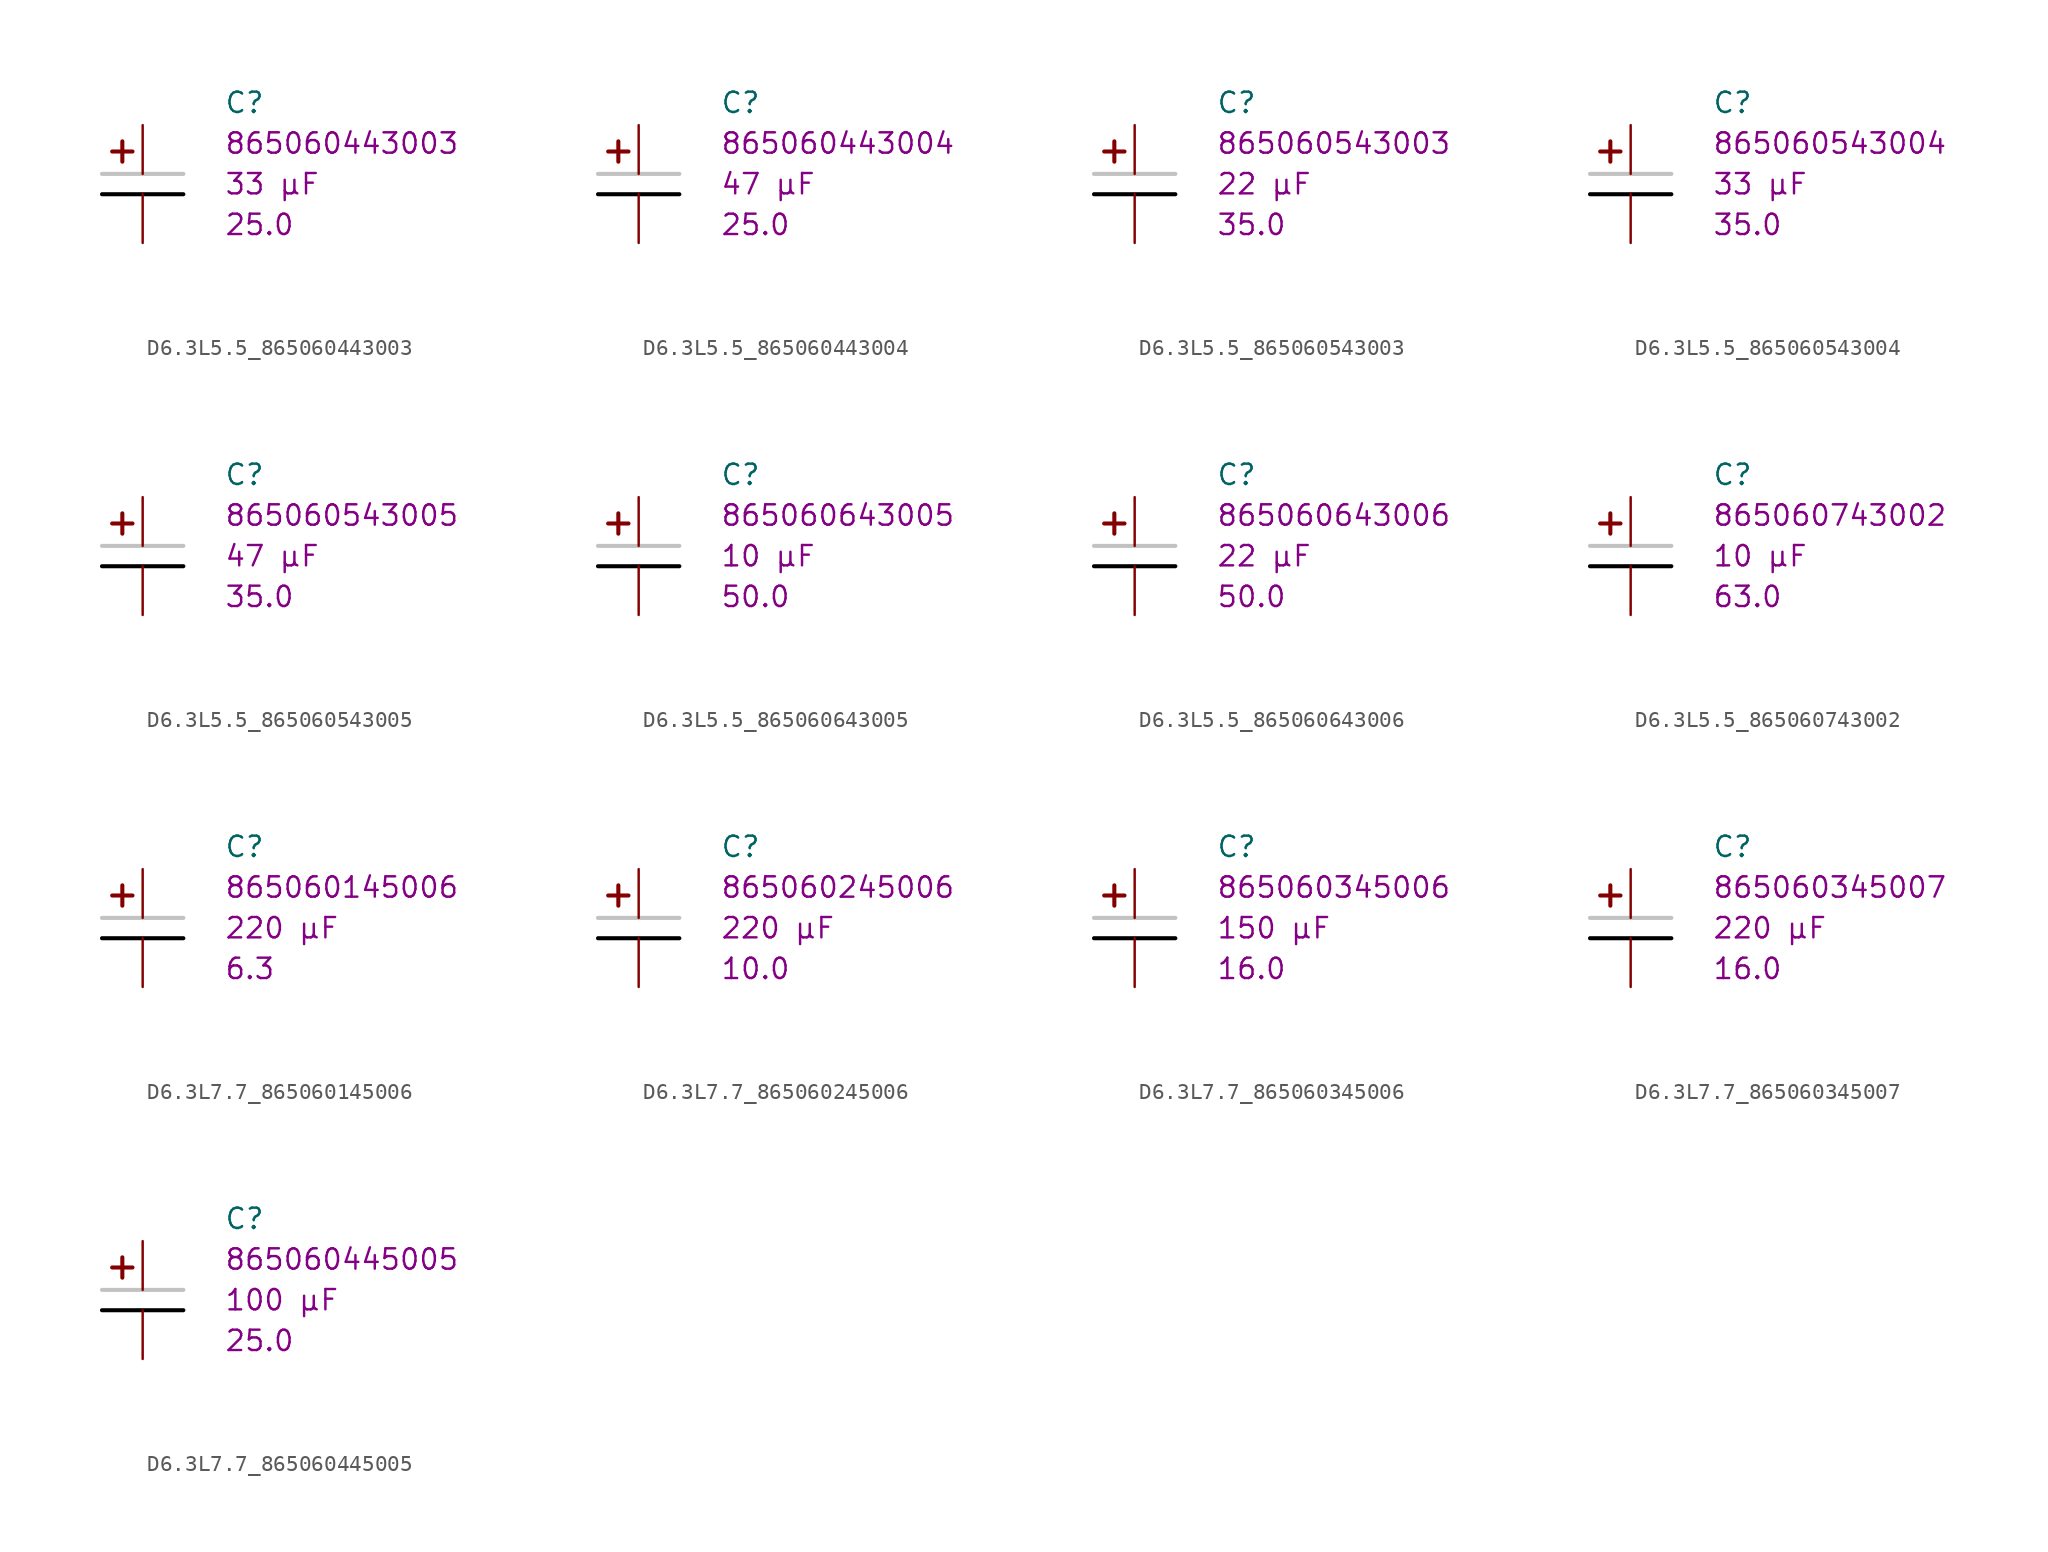
<source format=kicad_sym>
(kicad_symbol_lib
  (version 20220914)
  (generator kicad_symbol_editor)
  (symbol "D6.3L5.5_865060443003"
    (pin_numbers hide)
    (pin_names hide)
    (property "Reference" "C"
      (at 5.08 5.08 0)
      (effects (font (size 1.27 1.27)) (justify left)))
    (property "Part Number" "865060443003"
      (at 5.08 2.54 0)
      (effects (font (size 1.27 1.27)) (justify left)))
    (property "Capacitance" "33 µF"
      (at 5.08 0 0)
      (effects (font (size 1.27 1.27)) (justify left)))
    (property "Voltage" "25.0"
      (at 5.08 -2.54 0)
      (effects (font (size 1.27 1.27)) (justify left)))
    (property "Critical Parameter" ""
      (at 0 -7.62 0)
      (effects (font (size 1.27 1.27))))
    (symbol "D6.3L5.5_865060443003_1_1"
      (polyline (pts (xy -1.27 2.667) (xy -1.27 1.397)) (stroke (width 0.254) (type default)) (fill (type none)))
      (polyline (pts (xy -0.635 2.032) (xy -1.905 2.032)) (stroke (width 0.254) (type default)) (fill (type none)))
      (polyline (pts (xy 2.54 -0.635) (xy -2.54 -0.635)) (stroke (width 0.254) (type default) (color 0 0 0 1)) (fill (type none)))
      (polyline (pts (xy 2.54 0.635) (xy -2.54 0.635)) (stroke (width 0.254) (type default) (color 194 194 194 1)) (fill (type none)))
      (pin passive line (at 0 3.679 270) (length 3.044) (name "1" (effects (font (size 1.27 1.27)))) (number "1" (effects (font (size 1.27 1.27)))))
      (pin passive line (at 0 -3.679 90) (length 3.044) (name "2" (effects (font (size 1.27 1.27)))) (number "2" (effects (font (size 1.27 1.27)))))))
  (symbol "D6.3L5.5_865060443004"
    (pin_numbers hide)
    (pin_names hide)
    (property "Reference" "C"
      (at 5.08 5.08 0)
      (effects (font (size 1.27 1.27)) (justify left)))
    (property "Part Number" "865060443004"
      (at 5.08 2.54 0)
      (effects (font (size 1.27 1.27)) (justify left)))
    (property "Capacitance" "47 µF"
      (at 5.08 0 0)
      (effects (font (size 1.27 1.27)) (justify left)))
    (property "Voltage" "25.0"
      (at 5.08 -2.54 0)
      (effects (font (size 1.27 1.27)) (justify left)))
    (property "Critical Parameter" ""
      (at 0 -7.62 0)
      (effects (font (size 1.27 1.27))))
    (symbol "D6.3L5.5_865060443004_1_1"
      (polyline (pts (xy -1.27 2.667) (xy -1.27 1.397)) (stroke (width 0.254) (type default)) (fill (type none)))
      (polyline (pts (xy -0.635 2.032) (xy -1.905 2.032)) (stroke (width 0.254) (type default)) (fill (type none)))
      (polyline (pts (xy 2.54 -0.635) (xy -2.54 -0.635)) (stroke (width 0.254) (type default) (color 0 0 0 1)) (fill (type none)))
      (polyline (pts (xy 2.54 0.635) (xy -2.54 0.635)) (stroke (width 0.254) (type default) (color 194 194 194 1)) (fill (type none)))
      (pin passive line (at 0 3.679 270) (length 3.044) (name "1" (effects (font (size 1.27 1.27)))) (number "1" (effects (font (size 1.27 1.27)))))
      (pin passive line (at 0 -3.679 90) (length 3.044) (name "2" (effects (font (size 1.27 1.27)))) (number "2" (effects (font (size 1.27 1.27)))))))
  (symbol "D6.3L5.5_865060543003"
    (pin_numbers hide)
    (pin_names hide)
    (property "Reference" "C"
      (at 5.08 5.08 0)
      (effects (font (size 1.27 1.27)) (justify left)))
    (property "Part Number" "865060543003"
      (at 5.08 2.54 0)
      (effects (font (size 1.27 1.27)) (justify left)))
    (property "Capacitance" "22 µF"
      (at 5.08 0 0)
      (effects (font (size 1.27 1.27)) (justify left)))
    (property "Voltage" "35.0"
      (at 5.08 -2.54 0)
      (effects (font (size 1.27 1.27)) (justify left)))
    (property "Critical Parameter" ""
      (at 0 -7.62 0)
      (effects (font (size 1.27 1.27))))
    (symbol "D6.3L5.5_865060543003_1_1"
      (polyline (pts (xy -1.27 2.667) (xy -1.27 1.397)) (stroke (width 0.254) (type default)) (fill (type none)))
      (polyline (pts (xy -0.635 2.032) (xy -1.905 2.032)) (stroke (width 0.254) (type default)) (fill (type none)))
      (polyline (pts (xy 2.54 -0.635) (xy -2.54 -0.635)) (stroke (width 0.254) (type default) (color 0 0 0 1)) (fill (type none)))
      (polyline (pts (xy 2.54 0.635) (xy -2.54 0.635)) (stroke (width 0.254) (type default) (color 194 194 194 1)) (fill (type none)))
      (pin passive line (at 0 3.679 270) (length 3.044) (name "1" (effects (font (size 1.27 1.27)))) (number "1" (effects (font (size 1.27 1.27)))))
      (pin passive line (at 0 -3.679 90) (length 3.044) (name "2" (effects (font (size 1.27 1.27)))) (number "2" (effects (font (size 1.27 1.27)))))))
  (symbol "D6.3L5.5_865060543004"
    (pin_numbers hide)
    (pin_names hide)
    (property "Reference" "C"
      (at 5.08 5.08 0)
      (effects (font (size 1.27 1.27)) (justify left)))
    (property "Part Number" "865060543004"
      (at 5.08 2.54 0)
      (effects (font (size 1.27 1.27)) (justify left)))
    (property "Capacitance" "33 µF"
      (at 5.08 0 0)
      (effects (font (size 1.27 1.27)) (justify left)))
    (property "Voltage" "35.0"
      (at 5.08 -2.54 0)
      (effects (font (size 1.27 1.27)) (justify left)))
    (property "Critical Parameter" ""
      (at 0 -7.62 0)
      (effects (font (size 1.27 1.27))))
    (symbol "D6.3L5.5_865060543004_1_1"
      (polyline (pts (xy -1.27 2.667) (xy -1.27 1.397)) (stroke (width 0.254) (type default)) (fill (type none)))
      (polyline (pts (xy -0.635 2.032) (xy -1.905 2.032)) (stroke (width 0.254) (type default)) (fill (type none)))
      (polyline (pts (xy 2.54 -0.635) (xy -2.54 -0.635)) (stroke (width 0.254) (type default) (color 0 0 0 1)) (fill (type none)))
      (polyline (pts (xy 2.54 0.635) (xy -2.54 0.635)) (stroke (width 0.254) (type default) (color 194 194 194 1)) (fill (type none)))
      (pin passive line (at 0 3.679 270) (length 3.044) (name "1" (effects (font (size 1.27 1.27)))) (number "1" (effects (font (size 1.27 1.27)))))
      (pin passive line (at 0 -3.679 90) (length 3.044) (name "2" (effects (font (size 1.27 1.27)))) (number "2" (effects (font (size 1.27 1.27)))))))
  (symbol "D6.3L5.5_865060543005"
    (pin_numbers hide)
    (pin_names hide)
    (property "Reference" "C"
      (at 5.08 5.08 0)
      (effects (font (size 1.27 1.27)) (justify left)))
    (property "Part Number" "865060543005"
      (at 5.08 2.54 0)
      (effects (font (size 1.27 1.27)) (justify left)))
    (property "Capacitance" "47 µF"
      (at 5.08 0 0)
      (effects (font (size 1.27 1.27)) (justify left)))
    (property "Voltage" "35.0"
      (at 5.08 -2.54 0)
      (effects (font (size 1.27 1.27)) (justify left)))
    (property "Critical Parameter" ""
      (at 0 -7.62 0)
      (effects (font (size 1.27 1.27))))
    (symbol "D6.3L5.5_865060543005_1_1"
      (polyline (pts (xy -1.27 2.667) (xy -1.27 1.397)) (stroke (width 0.254) (type default)) (fill (type none)))
      (polyline (pts (xy -0.635 2.032) (xy -1.905 2.032)) (stroke (width 0.254) (type default)) (fill (type none)))
      (polyline (pts (xy 2.54 -0.635) (xy -2.54 -0.635)) (stroke (width 0.254) (type default) (color 0 0 0 1)) (fill (type none)))
      (polyline (pts (xy 2.54 0.635) (xy -2.54 0.635)) (stroke (width 0.254) (type default) (color 194 194 194 1)) (fill (type none)))
      (pin passive line (at 0 3.679 270) (length 3.044) (name "1" (effects (font (size 1.27 1.27)))) (number "1" (effects (font (size 1.27 1.27)))))
      (pin passive line (at 0 -3.679 90) (length 3.044) (name "2" (effects (font (size 1.27 1.27)))) (number "2" (effects (font (size 1.27 1.27)))))))
  (symbol "D6.3L5.5_865060643005"
    (pin_numbers hide)
    (pin_names hide)
    (property "Reference" "C"
      (at 5.08 5.08 0)
      (effects (font (size 1.27 1.27)) (justify left)))
    (property "Part Number" "865060643005"
      (at 5.08 2.54 0)
      (effects (font (size 1.27 1.27)) (justify left)))
    (property "Capacitance" "10 µF"
      (at 5.08 0 0)
      (effects (font (size 1.27 1.27)) (justify left)))
    (property "Voltage" "50.0"
      (at 5.08 -2.54 0)
      (effects (font (size 1.27 1.27)) (justify left)))
    (property "Critical Parameter" ""
      (at 0 -7.62 0)
      (effects (font (size 1.27 1.27))))
    (symbol "D6.3L5.5_865060643005_1_1"
      (polyline (pts (xy -1.27 2.667) (xy -1.27 1.397)) (stroke (width 0.254) (type default)) (fill (type none)))
      (polyline (pts (xy -0.635 2.032) (xy -1.905 2.032)) (stroke (width 0.254) (type default)) (fill (type none)))
      (polyline (pts (xy 2.54 -0.635) (xy -2.54 -0.635)) (stroke (width 0.254) (type default) (color 0 0 0 1)) (fill (type none)))
      (polyline (pts (xy 2.54 0.635) (xy -2.54 0.635)) (stroke (width 0.254) (type default) (color 194 194 194 1)) (fill (type none)))
      (pin passive line (at 0 3.679 270) (length 3.044) (name "1" (effects (font (size 1.27 1.27)))) (number "1" (effects (font (size 1.27 1.27)))))
      (pin passive line (at 0 -3.679 90) (length 3.044) (name "2" (effects (font (size 1.27 1.27)))) (number "2" (effects (font (size 1.27 1.27)))))))
  (symbol "D6.3L5.5_865060643006"
    (pin_numbers hide)
    (pin_names hide)
    (property "Reference" "C"
      (at 5.08 5.08 0)
      (effects (font (size 1.27 1.27)) (justify left)))
    (property "Part Number" "865060643006"
      (at 5.08 2.54 0)
      (effects (font (size 1.27 1.27)) (justify left)))
    (property "Capacitance" "22 µF"
      (at 5.08 0 0)
      (effects (font (size 1.27 1.27)) (justify left)))
    (property "Voltage" "50.0"
      (at 5.08 -2.54 0)
      (effects (font (size 1.27 1.27)) (justify left)))
    (property "Critical Parameter" ""
      (at 0 -7.62 0)
      (effects (font (size 1.27 1.27))))
    (symbol "D6.3L5.5_865060643006_1_1"
      (polyline (pts (xy -1.27 2.667) (xy -1.27 1.397)) (stroke (width 0.254) (type default)) (fill (type none)))
      (polyline (pts (xy -0.635 2.032) (xy -1.905 2.032)) (stroke (width 0.254) (type default)) (fill (type none)))
      (polyline (pts (xy 2.54 -0.635) (xy -2.54 -0.635)) (stroke (width 0.254) (type default) (color 0 0 0 1)) (fill (type none)))
      (polyline (pts (xy 2.54 0.635) (xy -2.54 0.635)) (stroke (width 0.254) (type default) (color 194 194 194 1)) (fill (type none)))
      (pin passive line (at 0 3.679 270) (length 3.044) (name "1" (effects (font (size 1.27 1.27)))) (number "1" (effects (font (size 1.27 1.27)))))
      (pin passive line (at 0 -3.679 90) (length 3.044) (name "2" (effects (font (size 1.27 1.27)))) (number "2" (effects (font (size 1.27 1.27)))))))
  (symbol "D6.3L5.5_865060743002"
    (pin_numbers hide)
    (pin_names hide)
    (property "Reference" "C"
      (at 5.08 5.08 0)
      (effects (font (size 1.27 1.27)) (justify left)))
    (property "Part Number" "865060743002"
      (at 5.08 2.54 0)
      (effects (font (size 1.27 1.27)) (justify left)))
    (property "Capacitance" "10 µF"
      (at 5.08 0 0)
      (effects (font (size 1.27 1.27)) (justify left)))
    (property "Voltage" "63.0"
      (at 5.08 -2.54 0)
      (effects (font (size 1.27 1.27)) (justify left)))
    (property "Critical Parameter" ""
      (at 0 -7.62 0)
      (effects (font (size 1.27 1.27))))
    (symbol "D6.3L5.5_865060743002_1_1"
      (polyline (pts (xy -1.27 2.667) (xy -1.27 1.397)) (stroke (width 0.254) (type default)) (fill (type none)))
      (polyline (pts (xy -0.635 2.032) (xy -1.905 2.032)) (stroke (width 0.254) (type default)) (fill (type none)))
      (polyline (pts (xy 2.54 -0.635) (xy -2.54 -0.635)) (stroke (width 0.254) (type default) (color 0 0 0 1)) (fill (type none)))
      (polyline (pts (xy 2.54 0.635) (xy -2.54 0.635)) (stroke (width 0.254) (type default) (color 194 194 194 1)) (fill (type none)))
      (pin passive line (at 0 3.679 270) (length 3.044) (name "1" (effects (font (size 1.27 1.27)))) (number "1" (effects (font (size 1.27 1.27)))))
      (pin passive line (at 0 -3.679 90) (length 3.044) (name "2" (effects (font (size 1.27 1.27)))) (number "2" (effects (font (size 1.27 1.27)))))))
  (symbol "D6.3L7.7_865060145006"
    (pin_numbers hide)
    (pin_names hide)
    (property "Reference" "C"
      (at 5.08 5.08 0)
      (effects (font (size 1.27 1.27)) (justify left)))
    (property "Part Number" "865060145006"
      (at 5.08 2.54 0)
      (effects (font (size 1.27 1.27)) (justify left)))
    (property "Capacitance" "220 µF"
      (at 5.08 0 0)
      (effects (font (size 1.27 1.27)) (justify left)))
    (property "Voltage" "6.3"
      (at 5.08 -2.54 0)
      (effects (font (size 1.27 1.27)) (justify left)))
    (property "Critical Parameter" ""
      (at 0 -7.62 0)
      (effects (font (size 1.27 1.27))))
    (symbol "D6.3L7.7_865060145006_1_1"
      (polyline (pts (xy -1.27 2.667) (xy -1.27 1.397)) (stroke (width 0.254) (type default)) (fill (type none)))
      (polyline (pts (xy -0.635 2.032) (xy -1.905 2.032)) (stroke (width 0.254) (type default)) (fill (type none)))
      (polyline (pts (xy 2.54 -0.635) (xy -2.54 -0.635)) (stroke (width 0.254) (type default) (color 0 0 0 1)) (fill (type none)))
      (polyline (pts (xy 2.54 0.635) (xy -2.54 0.635)) (stroke (width 0.254) (type default) (color 194 194 194 1)) (fill (type none)))
      (pin passive line (at 0 3.679 270) (length 3.044) (name "1" (effects (font (size 1.27 1.27)))) (number "1" (effects (font (size 1.27 1.27)))))
      (pin passive line (at 0 -3.679 90) (length 3.044) (name "2" (effects (font (size 1.27 1.27)))) (number "2" (effects (font (size 1.27 1.27)))))))
  (symbol "D6.3L7.7_865060245006"
    (pin_numbers hide)
    (pin_names hide)
    (property "Reference" "C"
      (at 5.08 5.08 0)
      (effects (font (size 1.27 1.27)) (justify left)))
    (property "Part Number" "865060245006"
      (at 5.08 2.54 0)
      (effects (font (size 1.27 1.27)) (justify left)))
    (property "Capacitance" "220 µF"
      (at 5.08 0 0)
      (effects (font (size 1.27 1.27)) (justify left)))
    (property "Voltage" "10.0"
      (at 5.08 -2.54 0)
      (effects (font (size 1.27 1.27)) (justify left)))
    (property "Critical Parameter" ""
      (at 0 -7.62 0)
      (effects (font (size 1.27 1.27))))
    (symbol "D6.3L7.7_865060245006_1_1"
      (polyline (pts (xy -1.27 2.667) (xy -1.27 1.397)) (stroke (width 0.254) (type default)) (fill (type none)))
      (polyline (pts (xy -0.635 2.032) (xy -1.905 2.032)) (stroke (width 0.254) (type default)) (fill (type none)))
      (polyline (pts (xy 2.54 -0.635) (xy -2.54 -0.635)) (stroke (width 0.254) (type default) (color 0 0 0 1)) (fill (type none)))
      (polyline (pts (xy 2.54 0.635) (xy -2.54 0.635)) (stroke (width 0.254) (type default) (color 194 194 194 1)) (fill (type none)))
      (pin passive line (at 0 3.679 270) (length 3.044) (name "1" (effects (font (size 1.27 1.27)))) (number "1" (effects (font (size 1.27 1.27)))))
      (pin passive line (at 0 -3.679 90) (length 3.044) (name "2" (effects (font (size 1.27 1.27)))) (number "2" (effects (font (size 1.27 1.27)))))))
  (symbol "D6.3L7.7_865060345006"
    (pin_numbers hide)
    (pin_names hide)
    (property "Reference" "C"
      (at 5.08 5.08 0)
      (effects (font (size 1.27 1.27)) (justify left)))
    (property "Part Number" "865060345006"
      (at 5.08 2.54 0)
      (effects (font (size 1.27 1.27)) (justify left)))
    (property "Capacitance" "150 µF"
      (at 5.08 0 0)
      (effects (font (size 1.27 1.27)) (justify left)))
    (property "Voltage" "16.0"
      (at 5.08 -2.54 0)
      (effects (font (size 1.27 1.27)) (justify left)))
    (property "Critical Parameter" ""
      (at 0 -7.62 0)
      (effects (font (size 1.27 1.27))))
    (symbol "D6.3L7.7_865060345006_1_1"
      (polyline (pts (xy -1.27 2.667) (xy -1.27 1.397)) (stroke (width 0.254) (type default)) (fill (type none)))
      (polyline (pts (xy -0.635 2.032) (xy -1.905 2.032)) (stroke (width 0.254) (type default)) (fill (type none)))
      (polyline (pts (xy 2.54 -0.635) (xy -2.54 -0.635)) (stroke (width 0.254) (type default) (color 0 0 0 1)) (fill (type none)))
      (polyline (pts (xy 2.54 0.635) (xy -2.54 0.635)) (stroke (width 0.254) (type default) (color 194 194 194 1)) (fill (type none)))
      (pin passive line (at 0 3.679 270) (length 3.044) (name "1" (effects (font (size 1.27 1.27)))) (number "1" (effects (font (size 1.27 1.27)))))
      (pin passive line (at 0 -3.679 90) (length 3.044) (name "2" (effects (font (size 1.27 1.27)))) (number "2" (effects (font (size 1.27 1.27)))))))
  (symbol "D6.3L7.7_865060345007"
    (pin_numbers hide)
    (pin_names hide)
    (property "Reference" "C"
      (at 5.08 5.08 0)
      (effects (font (size 1.27 1.27)) (justify left)))
    (property "Part Number" "865060345007"
      (at 5.08 2.54 0)
      (effects (font (size 1.27 1.27)) (justify left)))
    (property "Capacitance" "220 µF"
      (at 5.08 0 0)
      (effects (font (size 1.27 1.27)) (justify left)))
    (property "Voltage" "16.0"
      (at 5.08 -2.54 0)
      (effects (font (size 1.27 1.27)) (justify left)))
    (property "Critical Parameter" ""
      (at 0 -7.62 0)
      (effects (font (size 1.27 1.27))))
    (symbol "D6.3L7.7_865060345007_1_1"
      (polyline (pts (xy -1.27 2.667) (xy -1.27 1.397)) (stroke (width 0.254) (type default)) (fill (type none)))
      (polyline (pts (xy -0.635 2.032) (xy -1.905 2.032)) (stroke (width 0.254) (type default)) (fill (type none)))
      (polyline (pts (xy 2.54 -0.635) (xy -2.54 -0.635)) (stroke (width 0.254) (type default) (color 0 0 0 1)) (fill (type none)))
      (polyline (pts (xy 2.54 0.635) (xy -2.54 0.635)) (stroke (width 0.254) (type default) (color 194 194 194 1)) (fill (type none)))
      (pin passive line (at 0 3.679 270) (length 3.044) (name "1" (effects (font (size 1.27 1.27)))) (number "1" (effects (font (size 1.27 1.27)))))
      (pin passive line (at 0 -3.679 90) (length 3.044) (name "2" (effects (font (size 1.27 1.27)))) (number "2" (effects (font (size 1.27 1.27)))))))
  (symbol "D6.3L7.7_865060445005"
    (pin_numbers hide)
    (pin_names hide)
    (property "Reference" "C"
      (at 5.08 5.08 0)
      (effects (font (size 1.27 1.27)) (justify left)))
    (property "Part Number" "865060445005"
      (at 5.08 2.54 0)
      (effects (font (size 1.27 1.27)) (justify left)))
    (property "Capacitance" "100 µF"
      (at 5.08 0 0)
      (effects (font (size 1.27 1.27)) (justify left)))
    (property "Voltage" "25.0"
      (at 5.08 -2.54 0)
      (effects (font (size 1.27 1.27)) (justify left)))
    (property "Critical Parameter" ""
      (at 0 -7.62 0)
      (effects (font (size 1.27 1.27))))
    (symbol "D6.3L7.7_865060445005_1_1"
      (polyline (pts (xy -1.27 2.667) (xy -1.27 1.397)) (stroke (width 0.254) (type default)) (fill (type none)))
      (polyline (pts (xy -0.635 2.032) (xy -1.905 2.032)) (stroke (width 0.254) (type default)) (fill (type none)))
      (polyline (pts (xy 2.54 -0.635) (xy -2.54 -0.635)) (stroke (width 0.254) (type default) (color 0 0 0 1)) (fill (type none)))
      (polyline (pts (xy 2.54 0.635) (xy -2.54 0.635)) (stroke (width 0.254) (type default) (color 194 194 194 1)) (fill (type none)))
      (pin passive line (at 0 3.679 270) (length 3.044) (name "1" (effects (font (size 1.27 1.27)))) (number "1" (effects (font (size 1.27 1.27)))))
      (pin passive line (at 0 -3.679 90) (length 3.044) (name "2" (effects (font (size 1.27 1.27)))) (number "2" (effects (font (size 1.27 1.27))))))))
</source>
